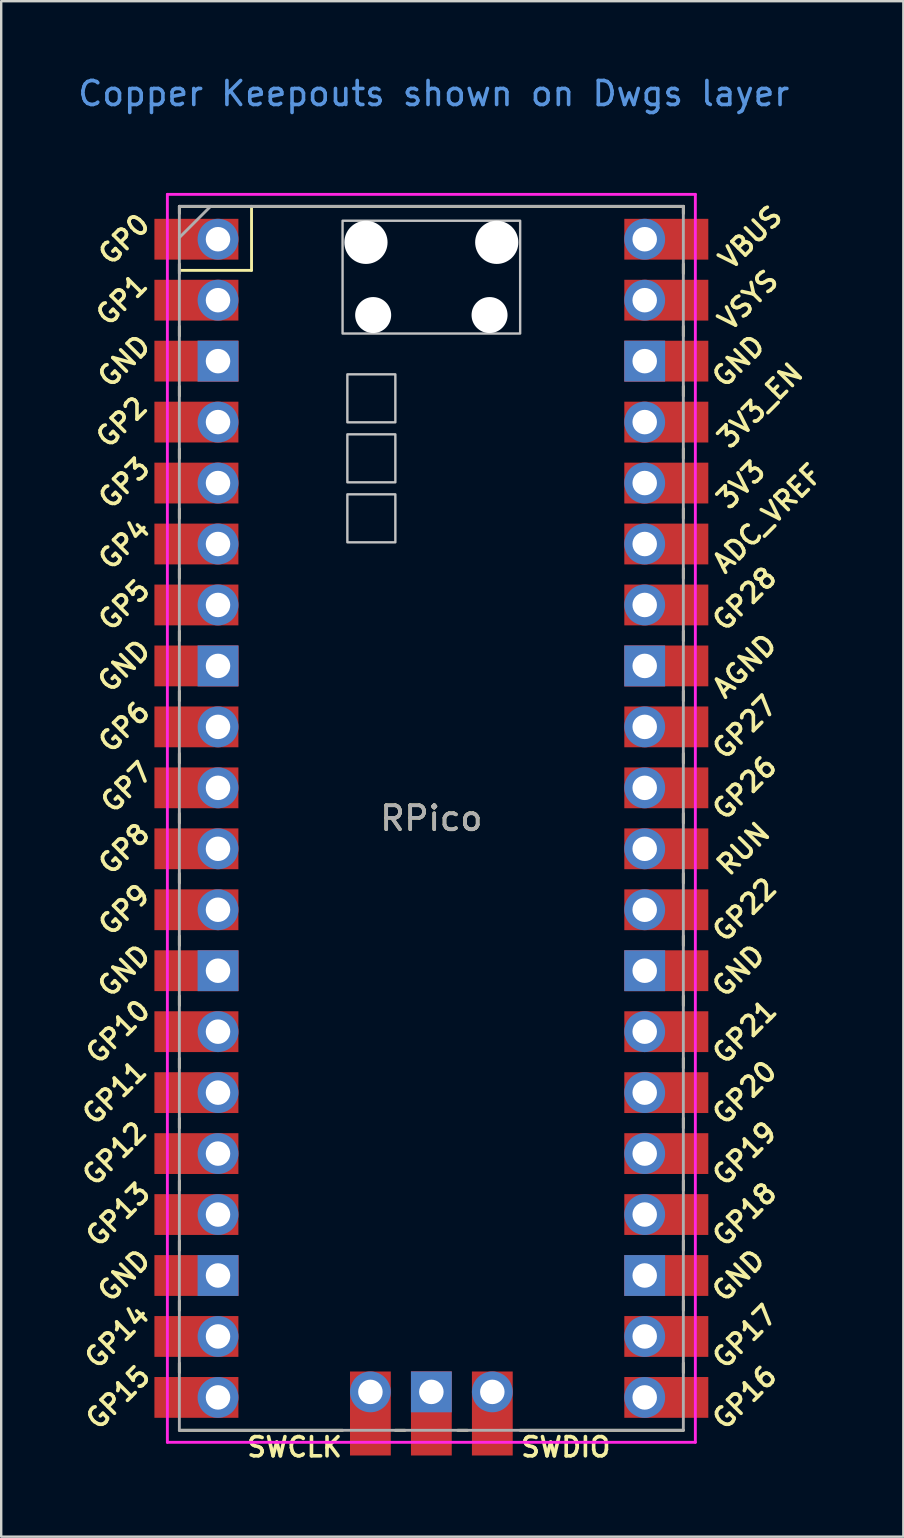
<source format=kicad_pcb>
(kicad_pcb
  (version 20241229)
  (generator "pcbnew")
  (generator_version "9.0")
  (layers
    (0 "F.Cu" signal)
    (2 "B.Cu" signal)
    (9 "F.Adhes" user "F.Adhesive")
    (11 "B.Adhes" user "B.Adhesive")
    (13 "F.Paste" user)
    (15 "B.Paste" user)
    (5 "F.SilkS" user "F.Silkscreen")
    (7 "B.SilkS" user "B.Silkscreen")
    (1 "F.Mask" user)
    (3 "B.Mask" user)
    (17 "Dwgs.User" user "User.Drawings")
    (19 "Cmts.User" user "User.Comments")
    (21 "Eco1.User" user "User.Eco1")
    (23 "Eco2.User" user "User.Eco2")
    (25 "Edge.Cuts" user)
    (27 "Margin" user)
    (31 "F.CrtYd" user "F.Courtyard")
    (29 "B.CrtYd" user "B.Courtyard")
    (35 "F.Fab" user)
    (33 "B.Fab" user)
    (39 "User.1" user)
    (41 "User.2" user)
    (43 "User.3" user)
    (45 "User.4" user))
  (footprint "RPico"
    (layer "F.Cu")
    (at 14.924 31.048)
    (property "Reference" "RPico" (at 0 0 0) (layer "F.SilkS") (effects (font (size 1 1) (thickness 0.15))))
    (attr through_hole)
    (fp_line (start -10.5 -25.5) (end -10.5 -25.2) (stroke (width 0.12) (type solid)) (layer "F.SilkS"))
    (fp_line (start -10.5 -25.5) (end 10.5 -25.5) (stroke (width 0.12) (type solid)) (layer "F.SilkS"))
    (fp_line (start -10.5 -23.1) (end -10.5 -22.7) (stroke (width 0.12) (type solid)) (layer "F.SilkS"))
    (fp_line (start -10.5 -22.833) (end -7.493 -22.833) (stroke (width 0.12) (type solid)) (layer "F.SilkS"))
    (fp_line (start -10.5 -20.5) (end -10.5 -20.1) (stroke (width 0.12) (type solid)) (layer "F.SilkS"))
    (fp_line (start -10.5 -18) (end -10.5 -17.6) (stroke (width 0.12) (type solid)) (layer "F.SilkS"))
    (fp_line (start -10.5 -15.4) (end -10.5 -15) (stroke (width 0.12) (type solid)) (layer "F.SilkS"))
    (fp_line (start -10.5 -12.9) (end -10.5 -12.5) (stroke (width 0.12) (type solid)) (layer "F.SilkS"))
    (fp_line (start -10.5 -10.4) (end -10.5 -10) (stroke (width 0.12) (type solid)) (layer "F.SilkS"))
    (fp_line (start -10.5 -7.8) (end -10.5 -7.4) (stroke (width 0.12) (type solid)) (layer "F.SilkS"))
    (fp_line (start -10.5 -5.3) (end -10.5 -4.9) (stroke (width 0.12) (type solid)) (layer "F.SilkS"))
    (fp_line (start -10.5 -2.7) (end -10.5 -2.3) (stroke (width 0.12) (type solid)) (layer "F.SilkS"))
    (fp_line (start -10.5 -0.2) (end -10.5 0.2) (stroke (width 0.12) (type solid)) (layer "F.SilkS"))
    (fp_line (start -10.5 2.3) (end -10.5 2.7) (stroke (width 0.12) (type solid)) (layer "F.SilkS"))
    (fp_line (start -10.5 4.9) (end -10.5 5.3) (stroke (width 0.12) (type solid)) (layer "F.SilkS"))
    (fp_line (start -10.5 7.4) (end -10.5 7.8) (stroke (width 0.12) (type solid)) (layer "F.SilkS"))
    (fp_line (start -10.5 10) (end -10.5 10.4) (stroke (width 0.12) (type solid)) (layer "F.SilkS"))
    (fp_line (start -10.5 12.5) (end -10.5 12.9) (stroke (width 0.12) (type solid)) (layer "F.SilkS"))
    (fp_line (start -10.5 15.1) (end -10.5 15.5) (stroke (width 0.12) (type solid)) (layer "F.SilkS"))
    (fp_line (start -10.5 17.6) (end -10.5 18) (stroke (width 0.12) (type solid)) (layer "F.SilkS"))
    (fp_line (start -10.5 20.1) (end -10.5 20.5) (stroke (width 0.12) (type solid)) (layer "F.SilkS"))
    (fp_line (start -10.5 22.7) (end -10.5 23.1) (stroke (width 0.12) (type solid)) (layer "F.SilkS"))
    (fp_line (start -7.493 -22.833) (end -7.493 -25.5) (stroke (width 0.12) (type solid)) (layer "F.SilkS"))
    (fp_line (start -3.7 25.5) (end -10.5 25.5) (stroke (width 0.12) (type solid)) (layer "F.SilkS"))
    (fp_line (start -1.5 25.5) (end -1.1 25.5) (stroke (width 0.12) (type solid)) (layer "F.SilkS"))
    (fp_line (start 1.1 25.5) (end 1.5 25.5) (stroke (width 0.12) (type solid)) (layer "F.SilkS"))
    (fp_line (start 10.5 -25.5) (end 10.5 -25.2) (stroke (width 0.12) (type solid)) (layer "F.SilkS"))
    (fp_line (start 10.5 -23.1) (end 10.5 -22.7) (stroke (width 0.12) (type solid)) (layer "F.SilkS"))
    (fp_line (start 10.5 -20.5) (end 10.5 -20.1) (stroke (width 0.12) (type solid)) (layer "F.SilkS"))
    (fp_line (start 10.5 -18) (end 10.5 -17.6) (stroke (width 0.12) (type solid)) (layer "F.SilkS"))
    (fp_line (start 10.5 -15.4) (end 10.5 -15) (stroke (width 0.12) (type solid)) (layer "F.SilkS"))
    (fp_line (start 10.5 -12.9) (end 10.5 -12.5) (stroke (width 0.12) (type solid)) (layer "F.SilkS"))
    (fp_line (start 10.5 -10.4) (end 10.5 -10) (stroke (width 0.12) (type solid)) (layer "F.SilkS"))
    (fp_line (start 10.5 -7.8) (end 10.5 -7.4) (stroke (width 0.12) (type solid)) (layer "F.SilkS"))
    (fp_line (start 10.5 -5.3) (end 10.5 -4.9) (stroke (width 0.12) (type solid)) (layer "F.SilkS"))
    (fp_line (start 10.5 -2.7) (end 10.5 -2.3) (stroke (width 0.12) (type solid)) (layer "F.SilkS"))
    (fp_line (start 10.5 -0.2) (end 10.5 0.2) (stroke (width 0.12) (type solid)) (layer "F.SilkS"))
    (fp_line (start 10.5 2.3) (end 10.5 2.7) (stroke (width 0.12) (type solid)) (layer "F.SilkS"))
    (fp_line (start 10.5 4.9) (end 10.5 5.3) (stroke (width 0.12) (type solid)) (layer "F.SilkS"))
    (fp_line (start 10.5 7.4) (end 10.5 7.8) (stroke (width 0.12) (type solid)) (layer "F.SilkS"))
    (fp_line (start 10.5 10) (end 10.5 10.4) (stroke (width 0.12) (type solid)) (layer "F.SilkS"))
    (fp_line (start 10.5 12.5) (end 10.5 12.9) (stroke (width 0.12) (type solid)) (layer "F.SilkS"))
    (fp_line (start 10.5 15.1) (end 10.5 15.5) (stroke (width 0.12) (type solid)) (layer "F.SilkS"))
    (fp_line (start 10.5 17.6) (end 10.5 18) (stroke (width 0.12) (type solid)) (layer "F.SilkS"))
    (fp_line (start 10.5 20.1) (end 10.5 20.5) (stroke (width 0.12) (type solid)) (layer "F.SilkS"))
    (fp_line (start 10.5 22.7) (end 10.5 23.1) (stroke (width 0.12) (type solid)) (layer "F.SilkS"))
    (fp_line (start 10.5 25.5) (end 3.7 25.5) (stroke (width 0.12) (type solid)) (layer "F.SilkS"))
    (fp_poly (pts (xy -1.5 -16.5) (xy -3.5 -16.5) (xy -3.5 -18.5) (xy -1.5 -18.5)) (stroke (width 0.1) (type solid)) (fill no) (layer "Dwgs.User"))
    (fp_poly (pts (xy -1.5 -14) (xy -3.5 -14) (xy -3.5 -16) (xy -1.5 -16)) (stroke (width 0.1) (type solid)) (fill no) (layer "Dwgs.User"))
    (fp_poly (pts (xy -1.5 -11.5) (xy -3.5 -11.5) (xy -3.5 -13.5) (xy -1.5 -13.5)) (stroke (width 0.1) (type solid)) (fill no) (layer "Dwgs.User"))
    (fp_poly (pts (xy 3.7 -20.2) (xy -3.7 -20.2) (xy -3.7 -24.9) (xy 3.7 -24.9)) (stroke (width 0.1) (type solid)) (fill no) (layer "Dwgs.User"))
    (fp_line (start -11 -26) (end 11 -26) (stroke (width 0.12) (type solid)) (layer "F.CrtYd"))
    (fp_line (start -11 26) (end -11 -26) (stroke (width 0.12) (type solid)) (layer "F.CrtYd"))
    (fp_line (start 11 -26) (end 11 26) (stroke (width 0.12) (type solid)) (layer "F.CrtYd"))
    (fp_line (start 11 26) (end -11 26) (stroke (width 0.12) (type solid)) (layer "F.CrtYd"))
    (fp_line (start -10.5 -25.5) (end 10.5 -25.5) (stroke (width 0.12) (type solid)) (layer "F.Fab"))
    (fp_line (start -10.5 -24.2) (end -9.2 -25.5) (stroke (width 0.12) (type solid)) (layer "F.Fab"))
    (fp_line (start -10.5 25.5) (end -10.5 -25.5) (stroke (width 0.12) (type solid)) (layer "F.Fab"))
    (fp_line (start 10.5 -25.5) (end 10.5 25.5) (stroke (width 0.12) (type solid)) (layer "F.Fab"))
    (fp_line (start 10.5 25.5) (end -10.5 25.5) (stroke (width 0.12) (type solid)) (layer "F.Fab"))
    (fp_text user "GND" (at 12.8 19.05 45) (layer "F.SilkS") (effects (font (size 0.8 0.8) (thickness 0.15))))
    (fp_text user "GP2" (at -12.9 -16.51 45) (layer "F.SilkS") (effects (font (size 0.8 0.8) (thickness 0.15))))
    (fp_text user "3V3" (at 12.9 -13.9 45) (layer "F.SilkS") (effects (font (size 0.8 0.8) (thickness 0.15))))
    (fp_text user "GP21" (at 13.054 8.9 45) (layer "F.SilkS") (effects (font (size 0.8 0.8) (thickness 0.15))))
    (fp_text user "GP5" (at -12.8 -8.89 45) (layer "F.SilkS") (effects (font (size 0.8 0.8) (thickness 0.15))))
    (fp_text user "VBUS" (at 13.3 -24.2 45) (layer "F.SilkS") (effects (font (size 0.8 0.8) (thickness 0.15))))
    (fp_text user "GND" (at -12.8 19.05 45) (layer "F.SilkS") (effects (font (size 0.8 0.8) (thickness 0.15))))
    (fp_text user "GP10" (at -13.054 8.89 45) (layer "F.SilkS") (effects (font (size 0.8 0.8) (thickness 0.15))))
    (fp_text user "GP14" (at -13.1 21.59 45) (layer "F.SilkS") (effects (font (size 0.8 0.8) (thickness 0.15))))
    (fp_text user "3V3_EN" (at 13.7 -17.2 45) (layer "F.SilkS") (effects (font (size 0.8 0.8) (thickness 0.15))))
    (fp_text user "GND" (at 12.8 6.35 45) (layer "F.SilkS") (effects (font (size 0.8 0.8) (thickness 0.15))))
    (fp_text user "GP12" (at -13.2 13.97 45) (layer "F.SilkS") (effects (font (size 0.8 0.8) (thickness 0.15))))
    (fp_text user "GP4" (at -12.8 -11.43 45) (layer "F.SilkS") (effects (font (size 0.8 0.8) (thickness 0.15))))
    (fp_text user "GND" (at -12.8 6.35 45) (layer "F.SilkS") (effects (font (size 0.8 0.8) (thickness 0.15))))
    (fp_text user "RUN" (at 13 1.27 45) (layer "F.SilkS") (effects (font (size 0.8 0.8) (thickness 0.15))))
    (fp_text user "SWDIO" (at 5.6 26.2 0) (layer "F.SilkS") (effects (font (size 0.8 0.8) (thickness 0.15))))
    (fp_text user "VSYS" (at 13.2 -21.59 45) (layer "F.SilkS") (effects (font (size 0.8 0.8) (thickness 0.15))))
    (fp_text user "GP19" (at 13.054 13.97 45) (layer "F.SilkS") (effects (font (size 0.8 0.8) (thickness 0.15))))
    (fp_text user "GP15" (at -13.054 24.13 45) (layer "F.SilkS") (effects (font (size 0.8 0.8) (thickness 0.15))))
    (fp_text user "GP22" (at 13.054 3.81 45) (layer "F.SilkS") (effects (font (size 0.8 0.8) (thickness 0.15))))
    (fp_text user "GP11" (at -13.2 11.43 45) (layer "F.SilkS") (effects (font (size 0.8 0.8) (thickness 0.15))))
    (fp_text user "AGND" (at 13.054 -6.35 45) (layer "F.SilkS") (effects (font (size 0.8 0.8) (thickness 0.15))))
    (fp_text user "GND" (at -12.8 -6.35 45) (layer "F.SilkS") (effects (font (size 0.8 0.8) (thickness 0.15))))
    (fp_text user "GP9" (at -12.8 3.81 45) (layer "F.SilkS") (effects (font (size 0.8 0.8) (thickness 0.15))))
    (fp_text user "GP27" (at 13.054 -3.8 45) (layer "F.SilkS") (effects (font (size 0.8 0.8) (thickness 0.15))))
    (fp_text user "SWCLK" (at -5.7 26.2 0) (layer "F.SilkS") (effects (font (size 0.8 0.8) (thickness 0.15))))
    (fp_text user "GP1" (at -12.9 -21.6 45) (layer "F.SilkS") (effects (font (size 0.8 0.8) (thickness 0.15))))
    (fp_text user "GP18" (at 13.054 16.51 45) (layer "F.SilkS") (effects (font (size 0.8 0.8) (thickness 0.15))))
    (fp_text user "GP0" (at -12.8 -24.13 45) (layer "F.SilkS") (effects (font (size 0.8 0.8) (thickness 0.15))))
    (fp_text user "GP6" (at -12.8 -3.81 45) (layer "F.SilkS") (effects (font (size 0.8 0.8) (thickness 0.15))))
    (fp_text user "GP13" (at -13.054 16.51 45) (layer "F.SilkS") (effects (font (size 0.8 0.8) (thickness 0.15))))
    (fp_text user "GP3" (at -12.8 -13.97 45) (layer "F.SilkS") (effects (font (size 0.8 0.8) (thickness 0.15))))
    (fp_text user "GP20" (at 13.054 11.43 45) (layer "F.SilkS") (effects (font (size 0.8 0.8) (thickness 0.15))))
    (fp_text user "ADC_VREF" (at 14 -12.5 45) (layer "F.SilkS") (effects (font (size 0.8 0.8) (thickness 0.15))))
    (fp_text user "GP28" (at 13.054 -9.144 45) (layer "F.SilkS") (effects (font (size 0.8 0.8) (thickness 0.15))))
    (fp_text user "GP17" (at 13.054 21.59 45) (layer "F.SilkS") (effects (font (size 0.8 0.8) (thickness 0.15))))
    (fp_text user "GND" (at -12.8 -19.05 45) (layer "F.SilkS") (effects (font (size 0.8 0.8) (thickness 0.15))))
    (fp_text user "GP7" (at -12.7 -1.3 45) (layer "F.SilkS") (effects (font (size 0.8 0.8) (thickness 0.15))))
    (fp_text user "GP16" (at 13.054 24.13 45) (layer "F.SilkS") (effects (font (size 0.8 0.8) (thickness 0.15))))
    (fp_text user "GP26" (at 13.054 -1.27 45) (layer "F.SilkS") (effects (font (size 0.8 0.8) (thickness 0.15))))
    (fp_text user "GP8" (at -12.8 1.27 45) (layer "F.SilkS") (effects (font (size 0.8 0.8) (thickness 0.15))))
    (fp_text user "GND" (at 12.8 -19.05 45) (layer "F.SilkS") (effects (font (size 0.8 0.8) (thickness 0.15))))
    (fp_text user "Copper Keepouts shown on Dwgs layer" (at 0.1 -30.2 0) (layer "Cmts.User") (effects (font (size 1 1) (thickness 0.15))))
    (fp_text user "${REFERENCE}" (at 0 0 180) (layer "F.Fab") (effects (font (size 1 1) (thickness 0.15))))
    (pad "" np_thru_hole oval (at -2.725 -24) (size 1.8 1.8) (drill 1.8) (layers "*.Cu" "*.Mask"))
    (pad "" np_thru_hole oval (at -2.425 -20.97) (size 1.5 1.5) (drill 1.5) (layers "*.Cu" "*.Mask"))
    (pad "" np_thru_hole oval (at 2.425 -20.97) (size 1.5 1.5) (drill 1.5) (layers "*.Cu" "*.Mask"))
    (pad "" np_thru_hole oval (at 2.725 -24) (size 1.8 1.8) (drill 1.8) (layers "*.Cu" "*.Mask"))
    (pad "1" thru_hole oval (at -8.89 -24.13) (size 1.7 1.7) (drill 1.02) (layers "*.Cu" "*.Mask"))
    (pad "1" smd rect (at -8.89 -24.13) (size 3.5 1.7) (drill (offset -0.9 0)) (layers "F.Cu" "F.Mask"))
    (pad "2" thru_hole oval (at -8.89 -21.59) (size 1.7 1.7) (drill 1.02) (layers "*.Cu" "*.Mask"))
    (pad "2" smd rect (at -8.89 -21.59) (size 3.5 1.7) (drill (offset -0.9 0)) (layers "F.Cu" "F.Mask"))
    (pad "3" thru_hole rect (at -8.89 -19.05) (size 1.7 1.7) (drill 1.02) (layers "*.Cu" "*.Mask"))
    (pad "3" smd rect (at -8.89 -19.05) (size 3.5 1.7) (drill (offset -0.9 0)) (layers "F.Cu" "F.Mask"))
    (pad "4" thru_hole oval (at -8.89 -16.51) (size 1.7 1.7) (drill 1.02) (layers "*.Cu" "*.Mask"))
    (pad "4" smd rect (at -8.89 -16.51) (size 3.5 1.7) (drill (offset -0.9 0)) (layers "F.Cu" "F.Mask"))
    (pad "5" thru_hole oval (at -8.89 -13.97) (size 1.7 1.7) (drill 1.02) (layers "*.Cu" "*.Mask"))
    (pad "5" smd rect (at -8.89 -13.97) (size 3.5 1.7) (drill (offset -0.9 0)) (layers "F.Cu" "F.Mask"))
    (pad "6" thru_hole oval (at -8.89 -11.43) (size 1.7 1.7) (drill 1.02) (layers "*.Cu" "*.Mask"))
    (pad "6" smd rect (at -8.89 -11.43) (size 3.5 1.7) (drill (offset -0.9 0)) (layers "F.Cu" "F.Mask"))
    (pad "7" thru_hole oval (at -8.89 -8.89) (size 1.7 1.7) (drill 1.02) (layers "*.Cu" "*.Mask"))
    (pad "7" smd rect (at -8.89 -8.89) (size 3.5 1.7) (drill (offset -0.9 0)) (layers "F.Cu" "F.Mask"))
    (pad "8" thru_hole rect (at -8.89 -6.35) (size 1.7 1.7) (drill 1.02) (layers "*.Cu" "*.Mask"))
    (pad "8" smd rect (at -8.89 -6.35) (size 3.5 1.7) (drill (offset -0.9 0)) (layers "F.Cu" "F.Mask"))
    (pad "9" thru_hole oval (at -8.89 -3.81) (size 1.7 1.7) (drill 1.02) (layers "*.Cu" "*.Mask"))
    (pad "9" smd rect (at -8.89 -3.81) (size 3.5 1.7) (drill (offset -0.9 0)) (layers "F.Cu" "F.Mask"))
    (pad "10" thru_hole oval (at -8.89 -1.27) (size 1.7 1.7) (drill 1.02) (layers "*.Cu" "*.Mask"))
    (pad "10" smd rect (at -8.89 -1.27) (size 3.5 1.7) (drill (offset -0.9 0)) (layers "F.Cu" "F.Mask"))
    (pad "11" thru_hole oval (at -8.89 1.27) (size 1.7 1.7) (drill 1.02) (layers "*.Cu" "*.Mask"))
    (pad "11" smd rect (at -8.89 1.27) (size 3.5 1.7) (drill (offset -0.9 0)) (layers "F.Cu" "F.Mask"))
    (pad "12" thru_hole oval (at -8.89 3.81) (size 1.7 1.7) (drill 1.02) (layers "*.Cu" "*.Mask"))
    (pad "12" smd rect (at -8.89 3.81) (size 3.5 1.7) (drill (offset -0.9 0)) (layers "F.Cu" "F.Mask"))
    (pad "13" thru_hole rect (at -8.89 6.35) (size 1.7 1.7) (drill 1.02) (layers "*.Cu" "*.Mask"))
    (pad "13" smd rect (at -8.89 6.35) (size 3.5 1.7) (drill (offset -0.9 0)) (layers "F.Cu" "F.Mask"))
    (pad "14" thru_hole oval (at -8.89 8.89) (size 1.7 1.7) (drill 1.02) (layers "*.Cu" "*.Mask"))
    (pad "14" smd rect (at -8.89 8.89) (size 3.5 1.7) (drill (offset -0.9 0)) (layers "F.Cu" "F.Mask"))
    (pad "15" thru_hole oval (at -8.89 11.43) (size 1.7 1.7) (drill 1.02) (layers "*.Cu" "*.Mask"))
    (pad "15" smd rect (at -8.89 11.43) (size 3.5 1.7) (drill (offset -0.9 0)) (layers "F.Cu" "F.Mask"))
    (pad "16" thru_hole oval (at -8.89 13.97) (size 1.7 1.7) (drill 1.02) (layers "*.Cu" "*.Mask"))
    (pad "16" smd rect (at -8.89 13.97) (size 3.5 1.7) (drill (offset -0.9 0)) (layers "F.Cu" "F.Mask"))
    (pad "17" thru_hole oval (at -8.89 16.51) (size 1.7 1.7) (drill 1.02) (layers "*.Cu" "*.Mask"))
    (pad "17" smd rect (at -8.89 16.51) (size 3.5 1.7) (drill (offset -0.9 0)) (layers "F.Cu" "F.Mask"))
    (pad "18" thru_hole rect (at -8.89 19.05) (size 1.7 1.7) (drill 1.02) (layers "*.Cu" "*.Mask"))
    (pad "18" smd rect (at -8.89 19.05) (size 3.5 1.7) (drill (offset -0.9 0)) (layers "F.Cu" "F.Mask"))
    (pad "19" thru_hole oval (at -8.89 21.59) (size 1.7 1.7) (drill 1.02) (layers "*.Cu" "*.Mask"))
    (pad "19" smd rect (at -8.89 21.59) (size 3.5 1.7) (drill (offset -0.9 0)) (layers "F.Cu" "F.Mask"))
    (pad "20" thru_hole oval (at -8.89 24.13) (size 1.7 1.7) (drill 1.02) (layers "*.Cu" "*.Mask"))
    (pad "20" smd rect (at -8.89 24.13) (size 3.5 1.7) (drill (offset -0.9 0)) (layers "F.Cu" "F.Mask"))
    (pad "21" thru_hole oval (at 8.89 24.13) (size 1.7 1.7) (drill 1.02) (layers "*.Cu" "*.Mask"))
    (pad "21" smd rect (at 8.89 24.13) (size 3.5 1.7) (drill (offset 0.9 0)) (layers "F.Cu" "F.Mask"))
    (pad "22" thru_hole oval (at 8.89 21.59) (size 1.7 1.7) (drill 1.02) (layers "*.Cu" "*.Mask"))
    (pad "22" smd rect (at 8.89 21.59) (size 3.5 1.7) (drill (offset 0.9 0)) (layers "F.Cu" "F.Mask"))
    (pad "23" thru_hole rect (at 8.89 19.05) (size 1.7 1.7) (drill 1.02) (layers "*.Cu" "*.Mask"))
    (pad "23" smd rect (at 8.89 19.05) (size 3.5 1.7) (drill (offset 0.9 0)) (layers "F.Cu" "F.Mask"))
    (pad "24" thru_hole oval (at 8.89 16.51) (size 1.7 1.7) (drill 1.02) (layers "*.Cu" "*.Mask"))
    (pad "24" smd rect (at 8.89 16.51) (size 3.5 1.7) (drill (offset 0.9 0)) (layers "F.Cu" "F.Mask"))
    (pad "25" thru_hole oval (at 8.89 13.97) (size 1.7 1.7) (drill 1.02) (layers "*.Cu" "*.Mask"))
    (pad "25" smd rect (at 8.89 13.97) (size 3.5 1.7) (drill (offset 0.9 0)) (layers "F.Cu" "F.Mask"))
    (pad "26" thru_hole oval (at 8.89 11.43) (size 1.7 1.7) (drill 1.02) (layers "*.Cu" "*.Mask"))
    (pad "26" smd rect (at 8.89 11.43) (size 3.5 1.7) (drill (offset 0.9 0)) (layers "F.Cu" "F.Mask"))
    (pad "27" thru_hole oval (at 8.89 8.89) (size 1.7 1.7) (drill 1.02) (layers "*.Cu" "*.Mask"))
    (pad "27" smd rect (at 8.89 8.89) (size 3.5 1.7) (drill (offset 0.9 0)) (layers "F.Cu" "F.Mask"))
    (pad "28" thru_hole rect (at 8.89 6.35) (size 1.7 1.7) (drill 1.02) (layers "*.Cu" "*.Mask"))
    (pad "28" smd rect (at 8.89 6.35) (size 3.5 1.7) (drill (offset 0.9 0)) (layers "F.Cu" "F.Mask"))
    (pad "29" thru_hole oval (at 8.89 3.81) (size 1.7 1.7) (drill 1.02) (layers "*.Cu" "*.Mask"))
    (pad "29" smd rect (at 8.89 3.81) (size 3.5 1.7) (drill (offset 0.9 0)) (layers "F.Cu" "F.Mask"))
    (pad "30" thru_hole oval (at 8.89 1.27) (size 1.7 1.7) (drill 1.02) (layers "*.Cu" "*.Mask"))
    (pad "30" smd rect (at 8.89 1.27) (size 3.5 1.7) (drill (offset 0.9 0)) (layers "F.Cu" "F.Mask"))
    (pad "31" thru_hole oval (at 8.89 -1.27) (size 1.7 1.7) (drill 1.02) (layers "*.Cu" "*.Mask"))
    (pad "31" smd rect (at 8.89 -1.27) (size 3.5 1.7) (drill (offset 0.9 0)) (layers "F.Cu" "F.Mask"))
    (pad "32" thru_hole oval (at 8.89 -3.81) (size 1.7 1.7) (drill 1.02) (layers "*.Cu" "*.Mask"))
    (pad "32" smd rect (at 8.89 -3.81) (size 3.5 1.7) (drill (offset 0.9 0)) (layers "F.Cu" "F.Mask"))
    (pad "33" thru_hole rect (at 8.89 -6.35) (size 1.7 1.7) (drill 1.02) (layers "*.Cu" "*.Mask"))
    (pad "33" smd rect (at 8.89 -6.35) (size 3.5 1.7) (drill (offset 0.9 0)) (layers "F.Cu" "F.Mask"))
    (pad "34" thru_hole oval (at 8.89 -8.89) (size 1.7 1.7) (drill 1.02) (layers "*.Cu" "*.Mask"))
    (pad "34" smd rect (at 8.89 -8.89) (size 3.5 1.7) (drill (offset 0.9 0)) (layers "F.Cu" "F.Mask"))
    (pad "35" thru_hole oval (at 8.89 -11.43) (size 1.7 1.7) (drill 1.02) (layers "*.Cu" "*.Mask"))
    (pad "35" smd rect (at 8.89 -11.43) (size 3.5 1.7) (drill (offset 0.9 0)) (layers "F.Cu" "F.Mask"))
    (pad "36" thru_hole oval (at 8.89 -13.97) (size 1.7 1.7) (drill 1.02) (layers "*.Cu" "*.Mask"))
    (pad "36" smd rect (at 8.89 -13.97) (size 3.5 1.7) (drill (offset 0.9 0)) (layers "F.Cu" "F.Mask"))
    (pad "37" thru_hole oval (at 8.89 -16.51) (size 1.7 1.7) (drill 1.02) (layers "*.Cu" "*.Mask"))
    (pad "37" smd rect (at 8.89 -16.51) (size 3.5 1.7) (drill (offset 0.9 0)) (layers "F.Cu" "F.Mask"))
    (pad "38" thru_hole rect (at 8.89 -19.05) (size 1.7 1.7) (drill 1.02) (layers "*.Cu" "*.Mask"))
    (pad "38" smd rect (at 8.89 -19.05) (size 3.5 1.7) (drill (offset 0.9 0)) (layers "F.Cu" "F.Mask"))
    (pad "39" thru_hole oval (at 8.89 -21.59) (size 1.7 1.7) (drill 1.02) (layers "*.Cu" "*.Mask"))
    (pad "39" smd rect (at 8.89 -21.59) (size 3.5 1.7) (drill (offset 0.9 0)) (layers "F.Cu" "F.Mask"))
    (pad "40" thru_hole oval (at 8.89 -24.13) (size 1.7 1.7) (drill 1.02) (layers "*.Cu" "*.Mask"))
    (pad "40" smd rect (at 8.89 -24.13) (size 3.5 1.7) (drill (offset 0.9 0)) (layers "F.Cu" "F.Mask"))
    (pad "41" thru_hole oval (at -2.54 23.9) (size 1.7 1.7) (drill 1.02) (layers "*.Cu" "*.Mask"))
    (pad "41" smd rect (at -2.54 23.9 90) (size 3.5 1.7) (drill (offset -0.9 0)) (layers "F.Cu" "F.Mask"))
    (pad "42" thru_hole rect (at 0 23.9) (size 1.7 1.7) (drill 1.02) (layers "*.Cu" "*.Mask"))
    (pad "42" smd rect (at 0 23.9 90) (size 3.5 1.7) (drill (offset -0.9 0)) (layers "F.Cu" "F.Mask"))
    (pad "43" thru_hole oval (at 2.54 23.9) (size 1.7 1.7) (drill 1.02) (layers "*.Cu" "*.Mask"))
    (pad "43" smd rect (at 2.54 23.9 90) (size 3.5 1.7) (drill (offset -0.9 0)) (layers "F.Cu" "F.Mask")))
  (gr_rect
    (start -3 -3)
    (end 34.591 60.98)
    (stroke (width 0.1) (type default))
    (fill no)
    (layer "Edge.Cuts")))
</source>
